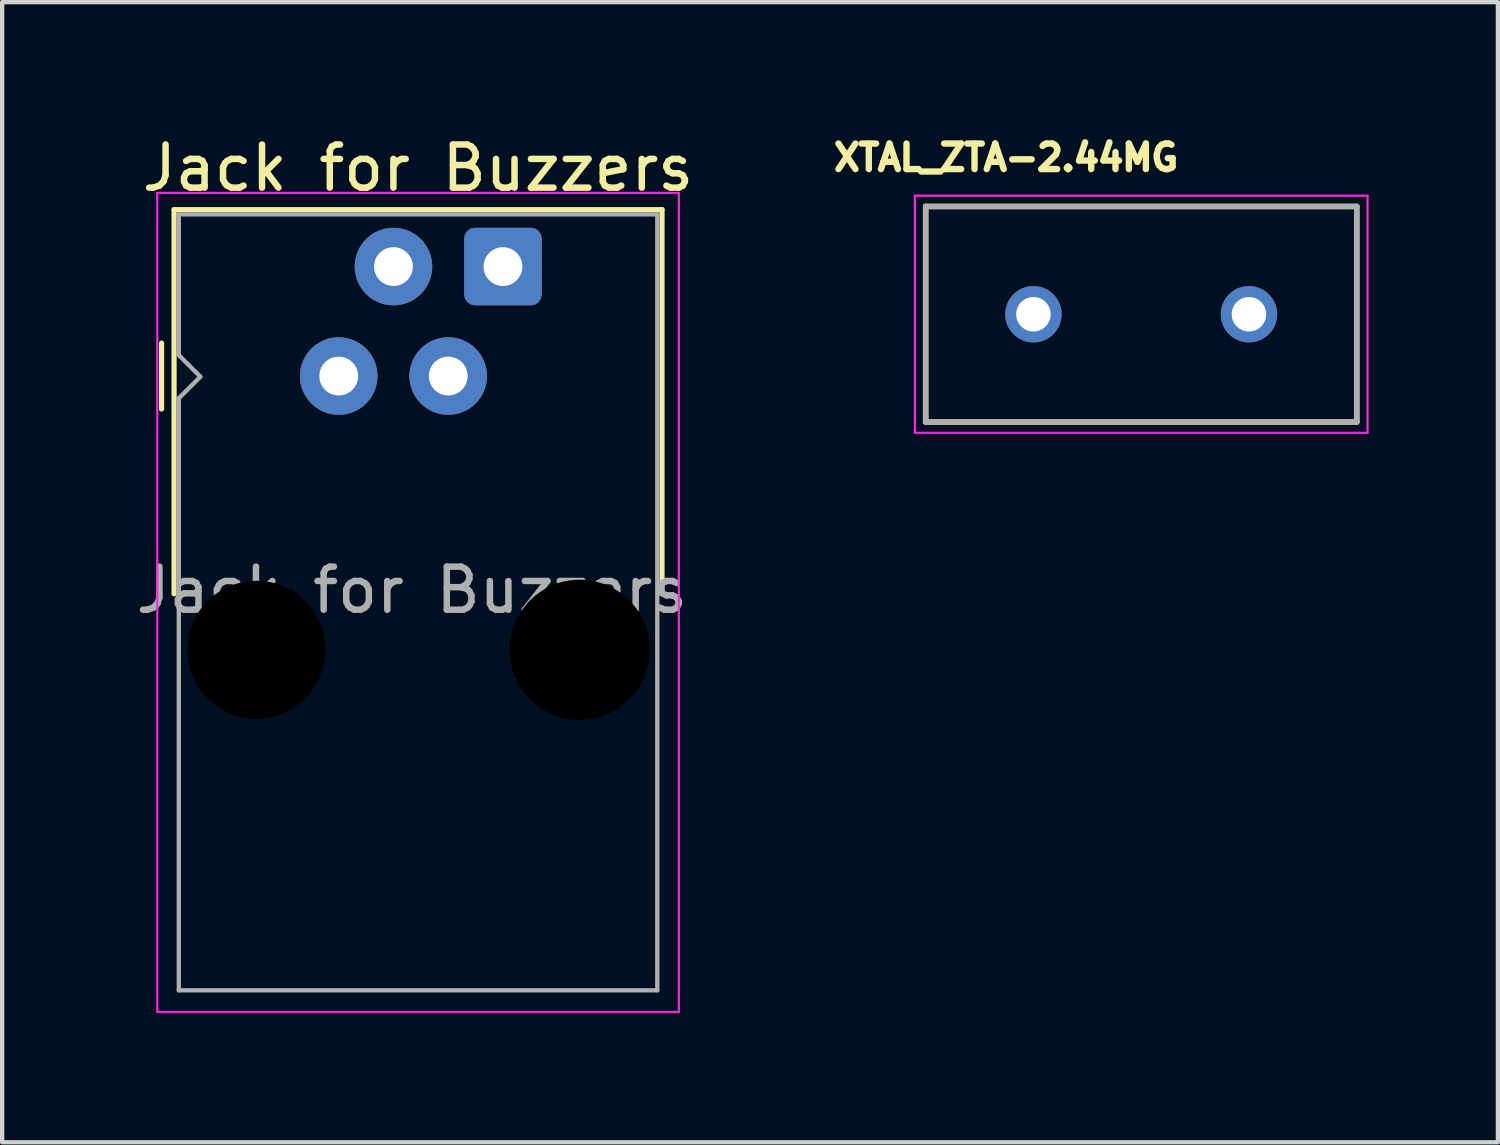
<source format=kicad_pcb>
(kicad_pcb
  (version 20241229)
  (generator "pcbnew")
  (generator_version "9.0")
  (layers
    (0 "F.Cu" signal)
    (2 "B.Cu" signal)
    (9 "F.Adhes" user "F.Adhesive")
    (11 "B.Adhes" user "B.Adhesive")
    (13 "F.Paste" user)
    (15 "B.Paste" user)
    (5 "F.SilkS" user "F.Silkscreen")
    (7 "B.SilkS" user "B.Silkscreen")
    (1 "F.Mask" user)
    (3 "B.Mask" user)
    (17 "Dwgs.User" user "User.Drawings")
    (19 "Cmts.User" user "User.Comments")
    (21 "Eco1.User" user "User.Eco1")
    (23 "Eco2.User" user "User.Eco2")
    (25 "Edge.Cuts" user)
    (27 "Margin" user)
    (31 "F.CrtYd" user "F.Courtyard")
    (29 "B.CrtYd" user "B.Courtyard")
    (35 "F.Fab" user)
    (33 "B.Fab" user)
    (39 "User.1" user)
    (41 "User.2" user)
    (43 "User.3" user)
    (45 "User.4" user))
  (footprint "XTAL_ZTA-2.44MG"
    (layer "F.Cu")
    (at 23.424 4.24)
    (property "Reference" "XTAL_ZTA-2.44MG" (at -3.133 -3.634 0) (layer "F.SilkS") (effects (font (size 0.592 0.592) (thickness 0.15))))
    (attr through_hole)
    (fp_line (start -5 -2.5) (end -5 2.5) (stroke (width 0.127) (type solid)) (layer "F.SilkS"))
    (fp_line (start -5 2.5) (end 5 2.5) (stroke (width 0.127) (type solid)) (layer "F.SilkS"))
    (fp_line (start 5 -2.5) (end -5 -2.5) (stroke (width 0.127) (type solid)) (layer "F.SilkS"))
    (fp_line (start 5 2.5) (end 5 -2.5) (stroke (width 0.127) (type solid)) (layer "F.SilkS"))
    (fp_line (start -5.25 -2.75) (end 5.25 -2.75) (stroke (width 0.05) (type solid)) (layer "F.CrtYd"))
    (fp_line (start -5.25 2.75) (end -5.25 -2.75) (stroke (width 0.05) (type solid)) (layer "F.CrtYd"))
    (fp_line (start 5.25 -2.75) (end 5.25 2.75) (stroke (width 0.05) (type solid)) (layer "F.CrtYd"))
    (fp_line (start 5.25 2.75) (end -5.25 2.75) (stroke (width 0.05) (type solid)) (layer "F.CrtYd"))
    (fp_line (start -5 -2.5) (end -5 2.5) (stroke (width 0.127) (type solid)) (layer "F.Fab"))
    (fp_line (start -5 2.5) (end 5 2.5) (stroke (width 0.127) (type solid)) (layer "F.Fab"))
    (fp_line (start 5 -2.5) (end -5 -2.5) (stroke (width 0.127) (type solid)) (layer "F.Fab"))
    (fp_line (start 5 2.5) (end 5 -2.5) (stroke (width 0.127) (type solid)) (layer "F.Fab"))
    (pad "1" thru_hole circle (at -2.5 0) (size 1.308 1.308) (drill 0.8) (layers "*.Cu" "*.Mask"))
    (pad "2" thru_hole circle (at 2.5 0) (size 1.308 1.308) (drill 0.8) (layers "*.Cu" "*.Mask")))
  (footprint "Jack for Buzzers"
    (layer "F.Cu")
    (at 4.808 5.674)
    (property "Reference" "Jack for Buzzers" (at 1.84 -4.826 0) (layer "F.SilkS") (effects (font (size 1 1) (thickness 0.15))))
    (attr through_hole)
    (fp_line (start -4.11 0.765) (end -4.11 -0.765) (stroke (width 0.12) (type solid)) (layer "F.SilkS"))
    (fp_line (start -3.82 -3.86) (end 7.5 -3.86) (stroke (width 0.12) (type solid)) (layer "F.SilkS"))
    (fp_line (start -3.82 5.05) (end -3.82 -3.86) (stroke (width 0.12) (type solid)) (layer "F.SilkS"))
    (fp_line (start 7.5 -3.86) (end 7.5 5.05) (stroke (width 0.12) (type solid)) (layer "F.SilkS"))
    (fp_line (start -4.21 -4.25) (end 7.89 -4.25) (stroke (width 0.05) (type solid)) (layer "F.CrtYd"))
    (fp_line (start -4.21 14.75) (end -4.21 -4.25) (stroke (width 0.05) (type solid)) (layer "F.CrtYd"))
    (fp_line (start 7.89 -4.25) (end 7.89 14.75) (stroke (width 0.05) (type solid)) (layer "F.CrtYd"))
    (fp_line (start 7.89 14.75) (end -4.21 14.75) (stroke (width 0.05) (type solid)) (layer "F.CrtYd"))
    (fp_line (start -3.71 -3.75) (end 7.39 -3.75) (stroke (width 0.1) (type solid)) (layer "F.Fab"))
    (fp_line (start -3.71 -0.485) (end -3.71 -3.75) (stroke (width 0.1) (type solid)) (layer "F.Fab"))
    (fp_line (start -3.71 0.515) (end -3.21 0.015) (stroke (width 0.1) (type solid)) (layer "F.Fab"))
    (fp_line (start -3.71 14.25) (end -3.71 0.515) (stroke (width 0.1) (type solid)) (layer "F.Fab"))
    (fp_line (start -3.21 0.015) (end -3.71 -0.485) (stroke (width 0.1) (type solid)) (layer "F.Fab"))
    (fp_line (start 7.39 -3.75) (end 7.39 14.25) (stroke (width 0.1) (type solid)) (layer "F.Fab"))
    (fp_line (start 7.39 14.25) (end -3.71 14.25) (stroke (width 0.1) (type solid)) (layer "F.Fab"))
    (fp_text user "${REFERENCE}" (at 1.698 4.966 0) (layer "F.Fab") (effects (font (size 1 1) (thickness 0.15))))
    (pad "" np_thru_hole circle (at -1.91 6.35) (size 3.25 3.25) (drill 3.2) (layers "*.Mask"))
    (pad "" np_thru_hole circle (at 5.59 6.35) (size 3.25 3.25) (drill 3.25) (layers "*.Mask"))
    (pad "1" thru_hole roundrect (at 3.81 -2.54) (size 1.8 1.8) (drill 0.9) (layers "*.Cu" "*.Mask") (roundrect_rratio 0.139))
    (pad "2" thru_hole circle (at 2.54 0) (size 1.8 1.8) (drill 0.9) (layers "*.Cu" "*.Mask"))
    (pad "3" thru_hole circle (at 1.27 -2.54) (size 1.8 1.8) (drill 0.9) (layers "*.Cu" "*.Mask"))
    (pad "4" thru_hole circle (at 0 0) (size 1.8 1.8) (drill 0.9) (layers "*.Cu" "*.Mask")))
  (gr_rect
    (start -3 -3)
    (end 31.699 23.449)
    (stroke (width 0.1) (type default))
    (fill no)
    (layer "Edge.Cuts")))
</source>
